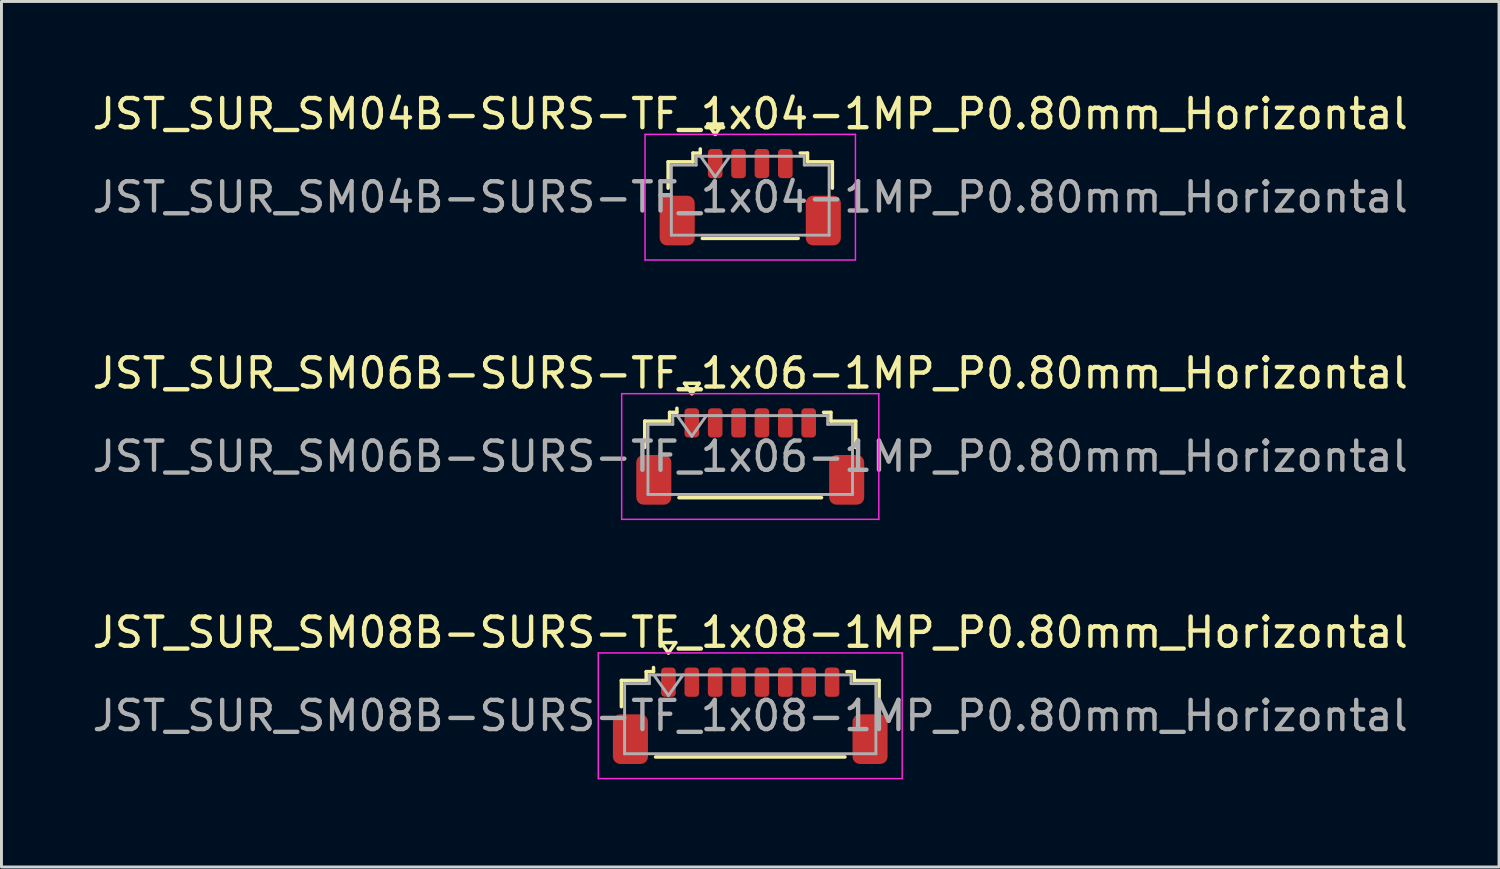
<source format=kicad_pcb>
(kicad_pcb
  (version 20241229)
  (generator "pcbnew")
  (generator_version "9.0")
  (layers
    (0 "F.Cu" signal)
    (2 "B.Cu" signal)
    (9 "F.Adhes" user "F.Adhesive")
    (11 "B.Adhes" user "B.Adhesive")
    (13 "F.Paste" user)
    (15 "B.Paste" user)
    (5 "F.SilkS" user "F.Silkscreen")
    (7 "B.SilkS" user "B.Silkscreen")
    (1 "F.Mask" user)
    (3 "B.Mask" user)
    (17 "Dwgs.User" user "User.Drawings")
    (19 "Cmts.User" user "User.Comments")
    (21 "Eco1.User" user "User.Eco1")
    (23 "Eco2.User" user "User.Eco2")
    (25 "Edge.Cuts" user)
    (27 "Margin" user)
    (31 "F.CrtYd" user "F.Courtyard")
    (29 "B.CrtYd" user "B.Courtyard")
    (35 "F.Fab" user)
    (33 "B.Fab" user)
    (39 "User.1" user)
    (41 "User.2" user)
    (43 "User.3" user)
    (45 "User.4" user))
  (footprint "JST_SUR_SM06B-SURS-TF_1x06-1MP_P0.80mm_Horizontal"
    (layer "F.Cu")
    (at 22.625 12.572)
    (property "Reference" "JST_SUR_SM06B-SURS-TF_1x06-1MP_P0.80mm_Horizontal" (at 0 -2.85 0) (layer "F.SilkS") (effects (font (size 1 1) (thickness 0.15))))
    (attr smd)
    (fp_line (start -3.61 -1.21) (end -2.76 -1.21) (stroke (width 0.12) (type solid)) (layer "F.SilkS"))
    (fp_line (start -3.61 -0.31) (end -3.61 -1.21) (stroke (width 0.12) (type solid)) (layer "F.SilkS"))
    (fp_line (start -2.76 -1.51) (end -2.51 -1.51) (stroke (width 0.12) (type solid)) (layer "F.SilkS"))
    (fp_line (start -2.76 -1.21) (end -2.76 -1.51) (stroke (width 0.12) (type solid)) (layer "F.SilkS"))
    (fp_line (start -2.51 -1.51) (end -2.51 -1.65) (stroke (width 0.12) (type solid)) (layer "F.SilkS"))
    (fp_line (start -2.44 1.41) (end 2.44 1.41) (stroke (width 0.12) (type solid)) (layer "F.SilkS"))
    (fp_line (start -2.25 -2.504) (end -2 -2.15) (stroke (width 0.12) (type solid)) (layer "F.SilkS"))
    (fp_line (start -2 -2.15) (end -1.75 -2.504) (stroke (width 0.12) (type solid)) (layer "F.SilkS"))
    (fp_line (start -1.75 -2.504) (end -2.25 -2.504) (stroke (width 0.12) (type solid)) (layer "F.SilkS"))
    (fp_line (start 2.76 -1.51) (end 2.51 -1.51) (stroke (width 0.12) (type solid)) (layer "F.SilkS"))
    (fp_line (start 2.76 -1.21) (end 2.76 -1.51) (stroke (width 0.12) (type solid)) (layer "F.SilkS"))
    (fp_line (start 3.61 -1.21) (end 2.76 -1.21) (stroke (width 0.12) (type solid)) (layer "F.SilkS"))
    (fp_line (start 3.61 -0.31) (end 3.61 -1.21) (stroke (width 0.12) (type solid)) (layer "F.SilkS"))
    (fp_line (start -4.4 -2.15) (end -4.4 2.15) (stroke (width 0.05) (type solid)) (layer "F.CrtYd"))
    (fp_line (start -4.4 2.15) (end 4.4 2.15) (stroke (width 0.05) (type solid)) (layer "F.CrtYd"))
    (fp_line (start 4.4 -2.15) (end -4.4 -2.15) (stroke (width 0.05) (type solid)) (layer "F.CrtYd"))
    (fp_line (start 4.4 2.15) (end 4.4 -2.15) (stroke (width 0.05) (type solid)) (layer "F.CrtYd"))
    (fp_line (start -3.5 -1.1) (end -3.5 1.3) (stroke (width 0.1) (type solid)) (layer "F.Fab"))
    (fp_line (start -3.5 -1.1) (end -2.65 -1.1) (stroke (width 0.1) (type solid)) (layer "F.Fab"))
    (fp_line (start -3.5 1.3) (end 3.5 1.3) (stroke (width 0.1) (type solid)) (layer "F.Fab"))
    (fp_line (start -2.65 -1.4) (end 2.65 -1.4) (stroke (width 0.1) (type solid)) (layer "F.Fab"))
    (fp_line (start -2.65 -1.1) (end -2.65 -1.4) (stroke (width 0.1) (type solid)) (layer "F.Fab"))
    (fp_line (start -2.5 -1.4) (end -2 -0.693) (stroke (width 0.1) (type solid)) (layer "F.Fab"))
    (fp_line (start -2 -0.693) (end -1.5 -1.4) (stroke (width 0.1) (type solid)) (layer "F.Fab"))
    (fp_line (start 2.65 -1.4) (end 2.65 -1.1) (stroke (width 0.1) (type solid)) (layer "F.Fab"))
    (fp_line (start 2.65 -1.1) (end 3.5 -1.1) (stroke (width 0.1) (type solid)) (layer "F.Fab"))
    (fp_line (start 3.5 -1.1) (end 3.5 1.3) (stroke (width 0.1) (type solid)) (layer "F.Fab"))
    (fp_text user "${REFERENCE}" (at 0 0 0) (layer "F.Fab") (effects (font (size 1 1) (thickness 0.15))))
    (pad "1" smd roundrect (at -2 -1.15) (size 0.5 1) (layers "F.Cu" "F.Mask" "F.Paste") (roundrect_rratio 0.25))
    (pad "2" smd roundrect (at -1.2 -1.15) (size 0.5 1) (layers "F.Cu" "F.Mask" "F.Paste") (roundrect_rratio 0.25))
    (pad "3" smd roundrect (at -0.4 -1.15) (size 0.5 1) (layers "F.Cu" "F.Mask" "F.Paste") (roundrect_rratio 0.25))
    (pad "4" smd roundrect (at 0.4 -1.15) (size 0.5 1) (layers "F.Cu" "F.Mask" "F.Paste") (roundrect_rratio 0.25))
    (pad "5" smd roundrect (at 1.2 -1.15) (size 0.5 1) (layers "F.Cu" "F.Mask" "F.Paste") (roundrect_rratio 0.25))
    (pad "6" smd roundrect (at 2 -1.15) (size 0.5 1) (layers "F.Cu" "F.Mask" "F.Paste") (roundrect_rratio 0.25))
    (pad "MP" smd roundrect (at -3.3 0.8) (size 1.2 1.7) (layers "F.Cu" "F.Mask" "F.Paste") (roundrect_rratio 0.208))
    (pad "MP" smd roundrect (at 3.3 0.8) (size 1.2 1.7) (layers "F.Cu" "F.Mask" "F.Paste") (roundrect_rratio 0.208)))
  (footprint "JST_SUR_SM08B-SURS-TF_1x08-1MP_P0.80mm_Horizontal"
    (layer "F.Cu")
    (at 22.625 21.445)
    (property "Reference" "JST_SUR_SM08B-SURS-TF_1x08-1MP_P0.80mm_Horizontal" (at 0 -2.85 0) (layer "F.SilkS") (effects (font (size 1 1) (thickness 0.15))))
    (attr smd)
    (fp_line (start -4.41 -1.21) (end -3.56 -1.21) (stroke (width 0.12) (type solid)) (layer "F.SilkS"))
    (fp_line (start -4.41 -0.31) (end -4.41 -1.21) (stroke (width 0.12) (type solid)) (layer "F.SilkS"))
    (fp_line (start -3.56 -1.51) (end -3.31 -1.51) (stroke (width 0.12) (type solid)) (layer "F.SilkS"))
    (fp_line (start -3.56 -1.21) (end -3.56 -1.51) (stroke (width 0.12) (type solid)) (layer "F.SilkS"))
    (fp_line (start -3.31 -1.51) (end -3.31 -1.65) (stroke (width 0.12) (type solid)) (layer "F.SilkS"))
    (fp_line (start -3.24 1.41) (end 3.24 1.41) (stroke (width 0.12) (type solid)) (layer "F.SilkS"))
    (fp_line (start -3.05 -2.504) (end -2.8 -2.15) (stroke (width 0.12) (type solid)) (layer "F.SilkS"))
    (fp_line (start -2.8 -2.15) (end -2.55 -2.504) (stroke (width 0.12) (type solid)) (layer "F.SilkS"))
    (fp_line (start -2.55 -2.504) (end -3.05 -2.504) (stroke (width 0.12) (type solid)) (layer "F.SilkS"))
    (fp_line (start 3.56 -1.51) (end 3.31 -1.51) (stroke (width 0.12) (type solid)) (layer "F.SilkS"))
    (fp_line (start 3.56 -1.21) (end 3.56 -1.51) (stroke (width 0.12) (type solid)) (layer "F.SilkS"))
    (fp_line (start 4.41 -1.21) (end 3.56 -1.21) (stroke (width 0.12) (type solid)) (layer "F.SilkS"))
    (fp_line (start 4.41 -0.31) (end 4.41 -1.21) (stroke (width 0.12) (type solid)) (layer "F.SilkS"))
    (fp_line (start -5.2 -2.15) (end -5.2 2.15) (stroke (width 0.05) (type solid)) (layer "F.CrtYd"))
    (fp_line (start -5.2 2.15) (end 5.2 2.15) (stroke (width 0.05) (type solid)) (layer "F.CrtYd"))
    (fp_line (start 5.2 -2.15) (end -5.2 -2.15) (stroke (width 0.05) (type solid)) (layer "F.CrtYd"))
    (fp_line (start 5.2 2.15) (end 5.2 -2.15) (stroke (width 0.05) (type solid)) (layer "F.CrtYd"))
    (fp_line (start -4.3 -1.1) (end -4.3 1.3) (stroke (width 0.1) (type solid)) (layer "F.Fab"))
    (fp_line (start -4.3 -1.1) (end -3.45 -1.1) (stroke (width 0.1) (type solid)) (layer "F.Fab"))
    (fp_line (start -4.3 1.3) (end 4.3 1.3) (stroke (width 0.1) (type solid)) (layer "F.Fab"))
    (fp_line (start -3.45 -1.4) (end 3.45 -1.4) (stroke (width 0.1) (type solid)) (layer "F.Fab"))
    (fp_line (start -3.45 -1.1) (end -3.45 -1.4) (stroke (width 0.1) (type solid)) (layer "F.Fab"))
    (fp_line (start -3.3 -1.4) (end -2.8 -0.693) (stroke (width 0.1) (type solid)) (layer "F.Fab"))
    (fp_line (start -2.8 -0.693) (end -2.3 -1.4) (stroke (width 0.1) (type solid)) (layer "F.Fab"))
    (fp_line (start 3.45 -1.4) (end 3.45 -1.1) (stroke (width 0.1) (type solid)) (layer "F.Fab"))
    (fp_line (start 3.45 -1.1) (end 4.3 -1.1) (stroke (width 0.1) (type solid)) (layer "F.Fab"))
    (fp_line (start 4.3 -1.1) (end 4.3 1.3) (stroke (width 0.1) (type solid)) (layer "F.Fab"))
    (fp_text user "${REFERENCE}" (at 0 0 0) (layer "F.Fab") (effects (font (size 1 1) (thickness 0.15))))
    (pad "1" smd roundrect (at -2.8 -1.15) (size 0.5 1) (layers "F.Cu" "F.Mask" "F.Paste") (roundrect_rratio 0.25))
    (pad "2" smd roundrect (at -2 -1.15) (size 0.5 1) (layers "F.Cu" "F.Mask" "F.Paste") (roundrect_rratio 0.25))
    (pad "3" smd roundrect (at -1.2 -1.15) (size 0.5 1) (layers "F.Cu" "F.Mask" "F.Paste") (roundrect_rratio 0.25))
    (pad "4" smd roundrect (at -0.4 -1.15) (size 0.5 1) (layers "F.Cu" "F.Mask" "F.Paste") (roundrect_rratio 0.25))
    (pad "5" smd roundrect (at 0.4 -1.15) (size 0.5 1) (layers "F.Cu" "F.Mask" "F.Paste") (roundrect_rratio 0.25))
    (pad "6" smd roundrect (at 1.2 -1.15) (size 0.5 1) (layers "F.Cu" "F.Mask" "F.Paste") (roundrect_rratio 0.25))
    (pad "7" smd roundrect (at 2 -1.15) (size 0.5 1) (layers "F.Cu" "F.Mask" "F.Paste") (roundrect_rratio 0.25))
    (pad "8" smd roundrect (at 2.8 -1.15) (size 0.5 1) (layers "F.Cu" "F.Mask" "F.Paste") (roundrect_rratio 0.25))
    (pad "MP" smd roundrect (at -4.1 0.8) (size 1.2 1.7) (layers "F.Cu" "F.Mask" "F.Paste") (roundrect_rratio 0.208))
    (pad "MP" smd roundrect (at 4.1 0.8) (size 1.2 1.7) (layers "F.Cu" "F.Mask" "F.Paste") (roundrect_rratio 0.208)))
  (footprint "JST_SUR_SM04B-SURS-TF_1x04-1MP_P0.80mm_Horizontal"
    (layer "F.Cu")
    (at 22.625 3.698)
    (property "Reference" "JST_SUR_SM04B-SURS-TF_1x04-1MP_P0.80mm_Horizontal" (at 0 -2.85 0) (layer "F.SilkS") (effects (font (size 1 1) (thickness 0.15))))
    (attr smd)
    (fp_line (start -2.81 -1.21) (end -1.96 -1.21) (stroke (width 0.12) (type solid)) (layer "F.SilkS"))
    (fp_line (start -2.81 -0.31) (end -2.81 -1.21) (stroke (width 0.12) (type solid)) (layer "F.SilkS"))
    (fp_line (start -1.96 -1.51) (end -1.71 -1.51) (stroke (width 0.12) (type solid)) (layer "F.SilkS"))
    (fp_line (start -1.96 -1.21) (end -1.96 -1.51) (stroke (width 0.12) (type solid)) (layer "F.SilkS"))
    (fp_line (start -1.71 -1.51) (end -1.71 -1.65) (stroke (width 0.12) (type solid)) (layer "F.SilkS"))
    (fp_line (start -1.64 1.41) (end 1.64 1.41) (stroke (width 0.12) (type solid)) (layer "F.SilkS"))
    (fp_line (start -1.45 -2.504) (end -1.2 -2.15) (stroke (width 0.12) (type solid)) (layer "F.SilkS"))
    (fp_line (start -1.2 -2.15) (end -0.95 -2.504) (stroke (width 0.12) (type solid)) (layer "F.SilkS"))
    (fp_line (start -0.95 -2.504) (end -1.45 -2.504) (stroke (width 0.12) (type solid)) (layer "F.SilkS"))
    (fp_line (start 1.96 -1.51) (end 1.71 -1.51) (stroke (width 0.12) (type solid)) (layer "F.SilkS"))
    (fp_line (start 1.96 -1.21) (end 1.96 -1.51) (stroke (width 0.12) (type solid)) (layer "F.SilkS"))
    (fp_line (start 2.81 -1.21) (end 1.96 -1.21) (stroke (width 0.12) (type solid)) (layer "F.SilkS"))
    (fp_line (start 2.81 -0.31) (end 2.81 -1.21) (stroke (width 0.12) (type solid)) (layer "F.SilkS"))
    (fp_line (start -3.6 -2.15) (end -3.6 2.15) (stroke (width 0.05) (type solid)) (layer "F.CrtYd"))
    (fp_line (start -3.6 2.15) (end 3.6 2.15) (stroke (width 0.05) (type solid)) (layer "F.CrtYd"))
    (fp_line (start 3.6 -2.15) (end -3.6 -2.15) (stroke (width 0.05) (type solid)) (layer "F.CrtYd"))
    (fp_line (start 3.6 2.15) (end 3.6 -2.15) (stroke (width 0.05) (type solid)) (layer "F.CrtYd"))
    (fp_line (start -2.7 -1.1) (end -2.7 1.3) (stroke (width 0.1) (type solid)) (layer "F.Fab"))
    (fp_line (start -2.7 -1.1) (end -1.85 -1.1) (stroke (width 0.1) (type solid)) (layer "F.Fab"))
    (fp_line (start -2.7 1.3) (end 2.7 1.3) (stroke (width 0.1) (type solid)) (layer "F.Fab"))
    (fp_line (start -1.85 -1.4) (end 1.85 -1.4) (stroke (width 0.1) (type solid)) (layer "F.Fab"))
    (fp_line (start -1.85 -1.1) (end -1.85 -1.4) (stroke (width 0.1) (type solid)) (layer "F.Fab"))
    (fp_line (start -1.7 -1.4) (end -1.2 -0.693) (stroke (width 0.1) (type solid)) (layer "F.Fab"))
    (fp_line (start -1.2 -0.693) (end -0.7 -1.4) (stroke (width 0.1) (type solid)) (layer "F.Fab"))
    (fp_line (start 1.85 -1.4) (end 1.85 -1.1) (stroke (width 0.1) (type solid)) (layer "F.Fab"))
    (fp_line (start 1.85 -1.1) (end 2.7 -1.1) (stroke (width 0.1) (type solid)) (layer "F.Fab"))
    (fp_line (start 2.7 -1.1) (end 2.7 1.3) (stroke (width 0.1) (type solid)) (layer "F.Fab"))
    (fp_text user "${REFERENCE}" (at 0 0 0) (layer "F.Fab") (effects (font (size 1 1) (thickness 0.15))))
    (pad "1" smd roundrect (at -1.2 -1.15) (size 0.5 1) (layers "F.Cu" "F.Mask" "F.Paste") (roundrect_rratio 0.25))
    (pad "2" smd roundrect (at -0.4 -1.15) (size 0.5 1) (layers "F.Cu" "F.Mask" "F.Paste") (roundrect_rratio 0.25))
    (pad "3" smd roundrect (at 0.4 -1.15) (size 0.5 1) (layers "F.Cu" "F.Mask" "F.Paste") (roundrect_rratio 0.25))
    (pad "4" smd roundrect (at 1.2 -1.15) (size 0.5 1) (layers "F.Cu" "F.Mask" "F.Paste") (roundrect_rratio 0.25))
    (pad "MP" smd roundrect (at -2.5 0.8) (size 1.2 1.7) (layers "F.Cu" "F.Mask" "F.Paste") (roundrect_rratio 0.208))
    (pad "MP" smd roundrect (at 2.5 0.8) (size 1.2 1.7) (layers "F.Cu" "F.Mask" "F.Paste") (roundrect_rratio 0.208)))
  (gr_rect
    (start -3 -3)
    (end 48.25 26.62)
    (stroke (width 0.1) (type default))
    (fill no)
    (layer "Edge.Cuts")))
</source>
